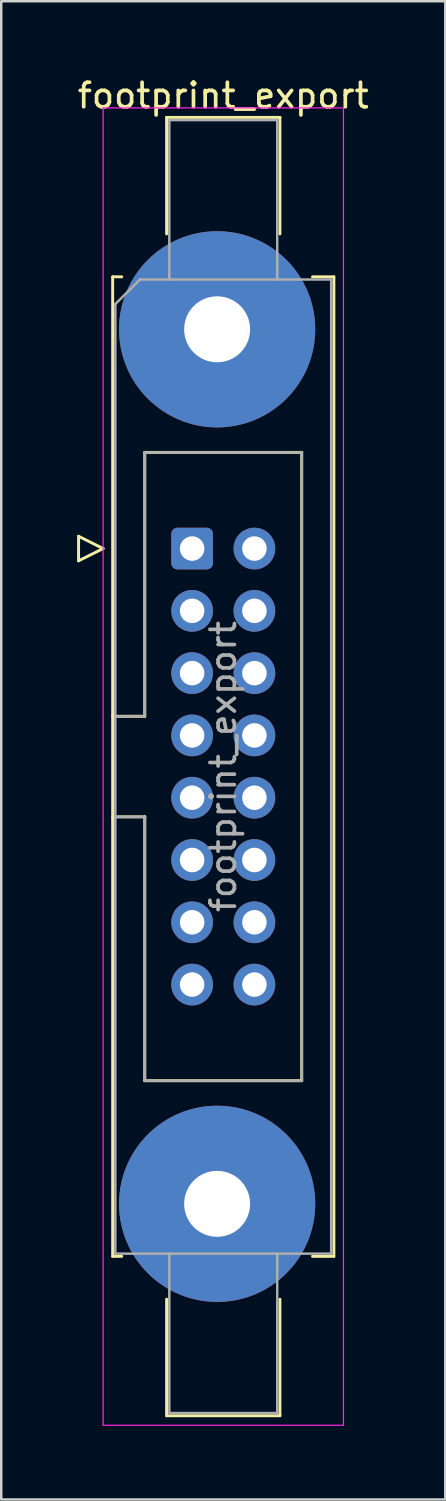
<source format=kicad_pcb>
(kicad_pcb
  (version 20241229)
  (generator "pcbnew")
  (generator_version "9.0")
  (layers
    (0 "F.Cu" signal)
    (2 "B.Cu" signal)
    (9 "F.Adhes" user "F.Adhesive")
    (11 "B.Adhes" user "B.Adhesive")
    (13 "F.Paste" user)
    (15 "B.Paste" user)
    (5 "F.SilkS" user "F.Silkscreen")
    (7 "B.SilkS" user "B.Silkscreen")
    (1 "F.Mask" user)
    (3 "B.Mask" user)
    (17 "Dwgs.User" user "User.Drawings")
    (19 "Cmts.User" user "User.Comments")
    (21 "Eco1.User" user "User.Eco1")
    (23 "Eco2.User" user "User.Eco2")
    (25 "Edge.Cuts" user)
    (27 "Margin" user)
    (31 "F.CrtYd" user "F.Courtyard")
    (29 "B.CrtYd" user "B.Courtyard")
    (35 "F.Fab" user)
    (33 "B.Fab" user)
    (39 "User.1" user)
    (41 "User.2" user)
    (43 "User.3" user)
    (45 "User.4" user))
  (footprint "footprint_export"
    (layer "F.Cu")
    (at 4.784 19.318)
    (property "Reference" "footprint_export" (at 1.27 -18.47 0) (layer "F.SilkS") (effects (font (size 1 1) (thickness 0.15))))
    (attr through_hole)
    (fp_line (start -4.63 -0.5) (end -4.63 0.5) (stroke (width 0.12) (type solid)) (layer "F.SilkS"))
    (fp_line (start -4.63 0.5) (end -3.63 0) (stroke (width 0.12) (type solid)) (layer "F.SilkS"))
    (fp_line (start -3.63 0) (end -4.63 -0.5) (stroke (width 0.12) (type solid)) (layer "F.SilkS"))
    (fp_line (start -3.24 -11.08) (end -3.24 28.86) (stroke (width 0.12) (type solid)) (layer "F.SilkS"))
    (fp_line (start -3.24 6.84) (end -1.93 6.84) (stroke (width 0.12) (type solid)) (layer "F.SilkS"))
    (fp_line (start -3.24 28.86) (end -2.87 28.86) (stroke (width 0.12) (type solid)) (layer "F.SilkS"))
    (fp_line (start -2.87 -11.08) (end -3.24 -11.08) (stroke (width 0.12) (type solid)) (layer "F.SilkS"))
    (fp_line (start -1.93 -3.92) (end 4.47 -3.92) (stroke (width 0.12) (type solid)) (layer "F.SilkS"))
    (fp_line (start -1.93 6.84) (end -1.93 -3.92) (stroke (width 0.12) (type solid)) (layer "F.SilkS"))
    (fp_line (start -1.93 10.94) (end -3.24 10.94) (stroke (width 0.12) (type solid)) (layer "F.SilkS"))
    (fp_line (start -1.93 10.94) (end -1.93 10.94) (stroke (width 0.12) (type solid)) (layer "F.SilkS"))
    (fp_line (start -1.93 21.7) (end -1.93 10.94) (stroke (width 0.12) (type solid)) (layer "F.SilkS"))
    (fp_line (start -1.04 -17.58) (end 3.58 -17.58) (stroke (width 0.12) (type solid)) (layer "F.SilkS"))
    (fp_line (start -1.04 -12.83) (end -1.04 -17.58) (stroke (width 0.12) (type solid)) (layer "F.SilkS"))
    (fp_line (start -1.04 30.61) (end -1.04 35.36) (stroke (width 0.12) (type solid)) (layer "F.SilkS"))
    (fp_line (start -1.04 35.36) (end 3.58 35.36) (stroke (width 0.12) (type solid)) (layer "F.SilkS"))
    (fp_line (start 3.58 -17.58) (end 3.58 -12.83) (stroke (width 0.12) (type solid)) (layer "F.SilkS"))
    (fp_line (start 3.58 35.36) (end 3.58 30.61) (stroke (width 0.12) (type solid)) (layer "F.SilkS"))
    (fp_line (start 4.47 -3.92) (end 4.47 21.7) (stroke (width 0.12) (type solid)) (layer "F.SilkS"))
    (fp_line (start 4.47 21.7) (end -1.93 21.7) (stroke (width 0.12) (type solid)) (layer "F.SilkS"))
    (fp_line (start 4.91 -11.08) (end 5.78 -11.08) (stroke (width 0.12) (type solid)) (layer "F.SilkS"))
    (fp_line (start 5.78 -11.08) (end 5.78 28.86) (stroke (width 0.12) (type solid)) (layer "F.SilkS"))
    (fp_line (start 5.78 28.86) (end 4.91 28.86) (stroke (width 0.12) (type solid)) (layer "F.SilkS"))
    (fp_line (start -3.63 -17.97) (end -3.63 35.75) (stroke (width 0.05) (type solid)) (layer "F.CrtYd"))
    (fp_line (start -3.63 35.75) (end 6.17 35.75) (stroke (width 0.05) (type solid)) (layer "F.CrtYd"))
    (fp_line (start 6.17 -17.97) (end -3.63 -17.97) (stroke (width 0.05) (type solid)) (layer "F.CrtYd"))
    (fp_line (start 6.17 35.75) (end 6.17 -17.97) (stroke (width 0.05) (type solid)) (layer "F.CrtYd"))
    (fp_line (start -3.13 -9.97) (end -2.13 -10.97) (stroke (width 0.1) (type solid)) (layer "F.Fab"))
    (fp_line (start -3.13 6.84) (end -1.93 6.84) (stroke (width 0.1) (type solid)) (layer "F.Fab"))
    (fp_line (start -3.13 28.75) (end -3.13 -9.97) (stroke (width 0.1) (type solid)) (layer "F.Fab"))
    (fp_line (start -2.13 -10.97) (end 5.67 -10.97) (stroke (width 0.1) (type solid)) (layer "F.Fab"))
    (fp_line (start -1.93 -3.92) (end 4.47 -3.92) (stroke (width 0.1) (type solid)) (layer "F.Fab"))
    (fp_line (start -1.93 6.84) (end -1.93 -3.92) (stroke (width 0.1) (type solid)) (layer "F.Fab"))
    (fp_line (start -1.93 10.94) (end -3.13 10.94) (stroke (width 0.1) (type solid)) (layer "F.Fab"))
    (fp_line (start -1.93 10.94) (end -1.93 10.94) (stroke (width 0.1) (type solid)) (layer "F.Fab"))
    (fp_line (start -1.93 21.7) (end -1.93 10.94) (stroke (width 0.1) (type solid)) (layer "F.Fab"))
    (fp_line (start -0.93 -17.47) (end 3.47 -17.47) (stroke (width 0.1) (type solid)) (layer "F.Fab"))
    (fp_line (start -0.93 -10.97) (end -0.93 -17.47) (stroke (width 0.1) (type solid)) (layer "F.Fab"))
    (fp_line (start -0.93 28.75) (end -0.93 35.25) (stroke (width 0.1) (type solid)) (layer "F.Fab"))
    (fp_line (start -0.93 35.25) (end 3.47 35.25) (stroke (width 0.1) (type solid)) (layer "F.Fab"))
    (fp_line (start 3.47 -17.47) (end 3.47 -10.97) (stroke (width 0.1) (type solid)) (layer "F.Fab"))
    (fp_line (start 3.47 35.25) (end 3.47 28.75) (stroke (width 0.1) (type solid)) (layer "F.Fab"))
    (fp_line (start 4.47 -3.92) (end 4.47 21.7) (stroke (width 0.1) (type solid)) (layer "F.Fab"))
    (fp_line (start 4.47 21.7) (end -1.93 21.7) (stroke (width 0.1) (type solid)) (layer "F.Fab"))
    (fp_line (start 5.67 -10.97) (end 5.67 28.75) (stroke (width 0.1) (type solid)) (layer "F.Fab"))
    (fp_line (start 5.67 28.75) (end -3.13 28.75) (stroke (width 0.1) (type solid)) (layer "F.Fab"))
    (fp_text user "${REFERENCE}" (at 1.27 8.89 90) (layer "F.Fab") (effects (font (size 1 1) (thickness 0.15))))
    (pad "1" thru_hole roundrect (at 0 0) (size 1.7 1.7) (drill 1) (layers "*.Cu" "*.Mask") (roundrect_rratio 0.147))
    (pad "2" thru_hole circle (at 2.54 0) (size 1.7 1.7) (drill 1) (layers "*.Cu" "*.Mask"))
    (pad "3" thru_hole circle (at 0 2.54) (size 1.7 1.7) (drill 1) (layers "*.Cu" "*.Mask"))
    (pad "4" thru_hole circle (at 2.54 2.54) (size 1.7 1.7) (drill 1) (layers "*.Cu" "*.Mask"))
    (pad "5" thru_hole circle (at 0 5.08) (size 1.7 1.7) (drill 1) (layers "*.Cu" "*.Mask"))
    (pad "6" thru_hole circle (at 2.54 5.08) (size 1.7 1.7) (drill 1) (layers "*.Cu" "*.Mask"))
    (pad "7" thru_hole circle (at 0 7.62) (size 1.7 1.7) (drill 1) (layers "*.Cu" "*.Mask"))
    (pad "8" thru_hole circle (at 2.54 7.62) (size 1.7 1.7) (drill 1) (layers "*.Cu" "*.Mask"))
    (pad "9" thru_hole circle (at 0 10.16) (size 1.7 1.7) (drill 1) (layers "*.Cu" "*.Mask"))
    (pad "10" thru_hole circle (at 2.54 10.16) (size 1.7 1.7) (drill 1) (layers "*.Cu" "*.Mask"))
    (pad "11" thru_hole circle (at 0 12.7) (size 1.7 1.7) (drill 1) (layers "*.Cu" "*.Mask"))
    (pad "12" thru_hole circle (at 2.54 12.7) (size 1.7 1.7) (drill 1) (layers "*.Cu" "*.Mask"))
    (pad "13" thru_hole circle (at 0 15.24) (size 1.7 1.7) (drill 1) (layers "*.Cu" "*.Mask"))
    (pad "14" thru_hole circle (at 2.54 15.24) (size 1.7 1.7) (drill 1) (layers "*.Cu" "*.Mask"))
    (pad "15" thru_hole circle (at 0 17.78) (size 1.7 1.7) (drill 1) (layers "*.Cu" "*.Mask"))
    (pad "16" thru_hole circle (at 2.54 17.78) (size 1.7 1.7) (drill 1) (layers "*.Cu" "*.Mask"))
    (pad "MP" thru_hole circle (at 1.02 -8.94) (size 8 8) (drill 2.69) (layers "*.Cu" "*.Mask"))
    (pad "MP" thru_hole circle (at 1.02 26.72) (size 8 8) (drill 2.69) (layers "*.Cu" "*.Mask")))
  (gr_rect
    (start -3 -3)
    (end 15.107 58.093)
    (stroke (width 0.1) (type default))
    (fill no)
    (layer "Edge.Cuts")))
</source>
